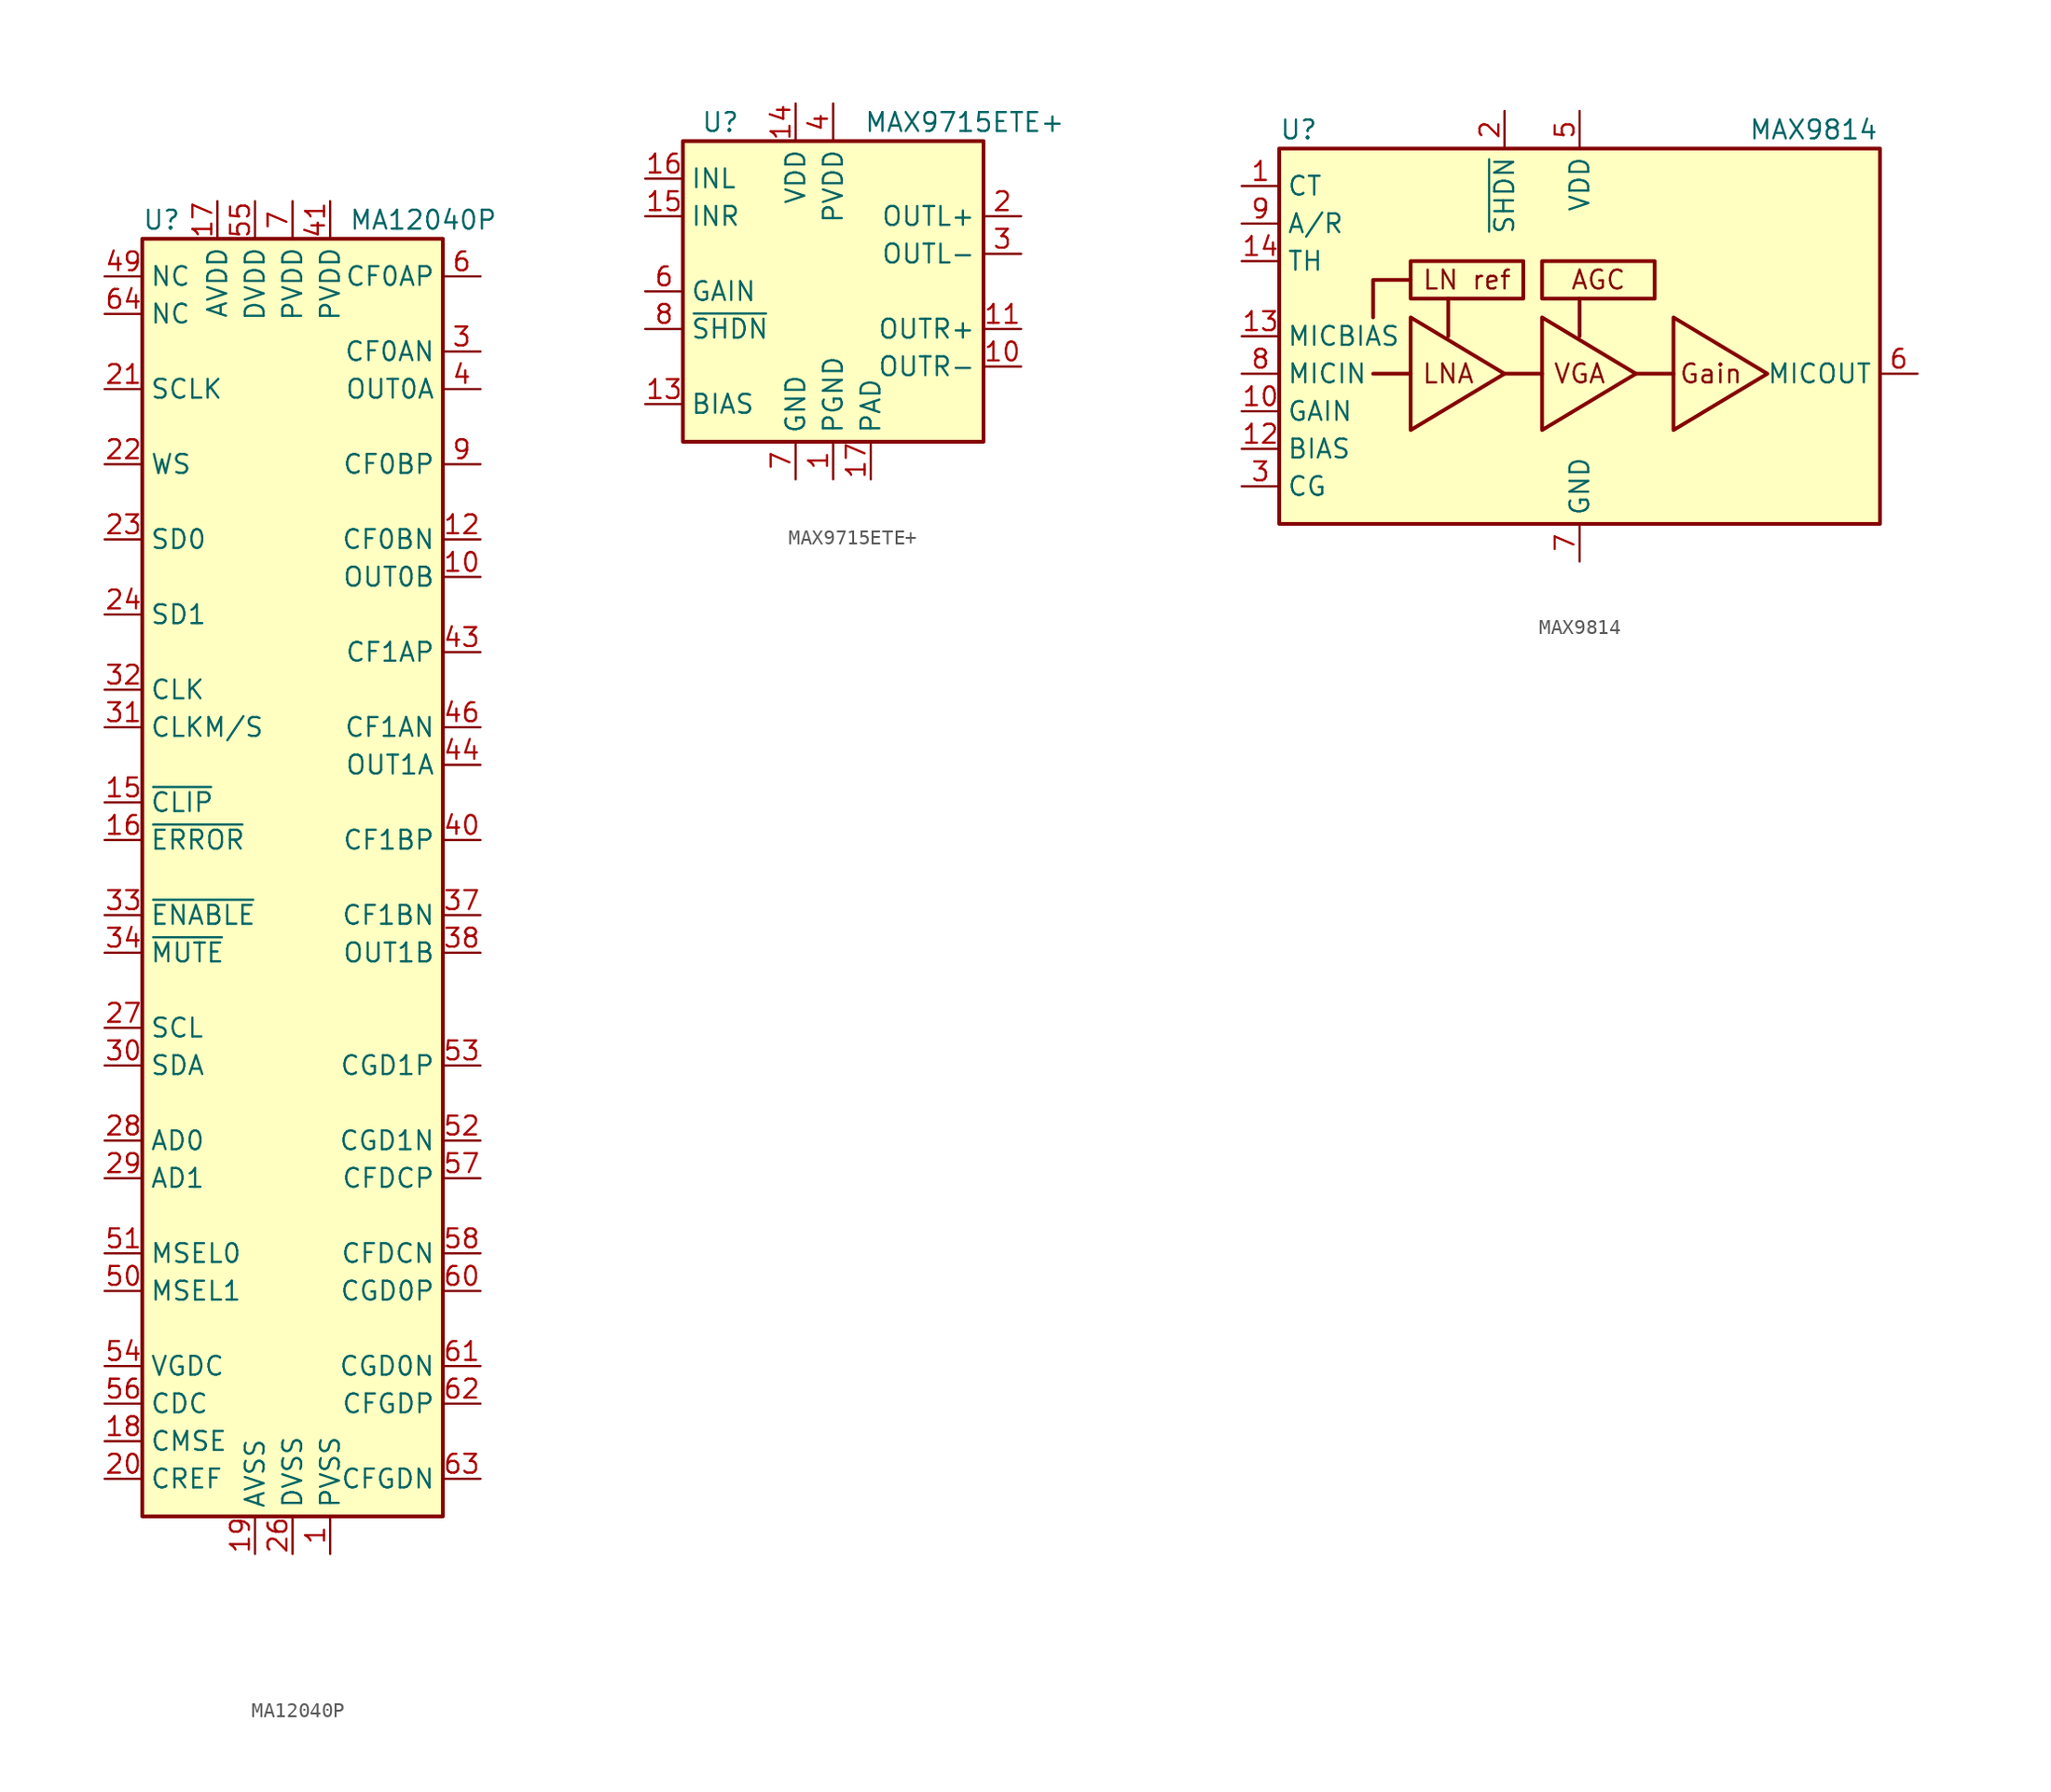
<source format=kicad_sym>
(kicad_symbol_lib
  (version 20200908)
  (generator kicad_symbol_editor)
  (symbol "Amplifier_Audio:MA12040P"
    (property "Reference" "U"
      (at -10.16 44.45 0)
      (effects (font (size 1.27 1.27)) (justify left)))
    (property "Value" "MA12040P"
      (at 3.81 44.45 0)
      (effects (font (size 1.27 1.27)) (justify left)))
    (symbol "MA12040P_0_1"
      (rectangle (start -10.16 -43.18) (end 10.16 43.18) (stroke (width 0.254)) (fill (type background))))
    (symbol "MA12040P_1_1"
      (pin power_in line (at 2.54 -45.72 90) (length 2.54) (name "PVSS" (effects (font (size 1.27 1.27)))) (number "1" (effects (font (size 1.27 1.27)))))
      (pin output line (at 12.7 20.32 180) (length 2.54) (name "OUT0B" (effects (font (size 1.27 1.27)))) (number "10" (effects (font (size 1.27 1.27)))))
      (pin passive line (at 12.7 20.32 180) (length 2.54) hide (name "OUT0B" (effects (font (size 1.27 1.27)))) (number "11" (effects (font (size 1.27 1.27)))))
      (pin passive line (at 12.7 22.86 180) (length 2.54) (name "CF0BN" (effects (font (size 1.27 1.27)))) (number "12" (effects (font (size 1.27 1.27)))))
      (pin passive line (at 2.54 -45.72 90) (length 2.54) hide (name "PVSS" (effects (font (size 1.27 1.27)))) (number "13" (effects (font (size 1.27 1.27)))))
      (pin passive line (at 2.54 -45.72 90) (length 2.54) hide (name "PVSS" (effects (font (size 1.27 1.27)))) (number "14" (effects (font (size 1.27 1.27)))))
      (pin output line (at -12.7 5.08 0) (length 2.54) (name "~CLIP" (effects (font (size 1.27 1.27)))) (number "15" (effects (font (size 1.27 1.27)))))
      (pin output line (at -12.7 2.54 0) (length 2.54) (name "~ERROR" (effects (font (size 1.27 1.27)))) (number "16" (effects (font (size 1.27 1.27)))))
      (pin power_in line (at -5.08 45.72 270) (length 2.54) (name "AVDD" (effects (font (size 1.27 1.27)))) (number "17" (effects (font (size 1.27 1.27)))))
      (pin passive line (at -12.7 -38.1 0) (length 2.54) (name "CMSE" (effects (font (size 1.27 1.27)))) (number "18" (effects (font (size 1.27 1.27)))))
      (pin power_in line (at -2.54 -45.72 90) (length 2.54) (name "AVSS" (effects (font (size 1.27 1.27)))) (number "19" (effects (font (size 1.27 1.27)))))
      (pin passive line (at 2.54 -45.72 90) (length 2.54) hide (name "PVSS" (effects (font (size 1.27 1.27)))) (number "2" (effects (font (size 1.27 1.27)))))
      (pin passive line (at -12.7 -40.64 0) (length 2.54) (name "CREF" (effects (font (size 1.27 1.27)))) (number "20" (effects (font (size 1.27 1.27)))))
      (pin input line (at -12.7 33.02 0) (length 2.54) (name "SCLK" (effects (font (size 1.27 1.27)))) (number "21" (effects (font (size 1.27 1.27)))))
      (pin input line (at -12.7 27.94 0) (length 2.54) (name "WS" (effects (font (size 1.27 1.27)))) (number "22" (effects (font (size 1.27 1.27)))))
      (pin input line (at -12.7 22.86 0) (length 2.54) (name "SD0" (effects (font (size 1.27 1.27)))) (number "23" (effects (font (size 1.27 1.27)))))
      (pin input line (at -12.7 17.78 0) (length 2.54) (name "SD1" (effects (font (size 1.27 1.27)))) (number "24" (effects (font (size 1.27 1.27)))))
      (pin passive line (at -2.54 -45.72 90) (length 2.54) hide (name "AVSS" (effects (font (size 1.27 1.27)))) (number "25" (effects (font (size 1.27 1.27)))))
      (pin power_in line (at 0 -45.72 90) (length 2.54) (name "DVSS" (effects (font (size 1.27 1.27)))) (number "26" (effects (font (size 1.27 1.27)))))
      (pin input line (at -12.7 -10.16 0) (length 2.54) (name "SCL" (effects (font (size 1.27 1.27)))) (number "27" (effects (font (size 1.27 1.27)))))
      (pin input line (at -12.7 -17.78 0) (length 2.54) (name "AD0" (effects (font (size 1.27 1.27)))) (number "28" (effects (font (size 1.27 1.27)))))
      (pin input line (at -12.7 -20.32 0) (length 2.54) (name "AD1" (effects (font (size 1.27 1.27)))) (number "29" (effects (font (size 1.27 1.27)))))
      (pin passive line (at 12.7 35.56 180) (length 2.54) (name "CF0AN" (effects (font (size 1.27 1.27)))) (number "3" (effects (font (size 1.27 1.27)))))
      (pin bidirectional line (at -12.7 -12.7 0) (length 2.54) (name "SDA" (effects (font (size 1.27 1.27)))) (number "30" (effects (font (size 1.27 1.27)))))
      (pin input line (at -12.7 10.16 0) (length 2.54) (name "CLKM/S" (effects (font (size 1.27 1.27)))) (number "31" (effects (font (size 1.27 1.27)))))
      (pin input line (at -12.7 12.7 0) (length 2.54) (name "CLK" (effects (font (size 1.27 1.27)))) (number "32" (effects (font (size 1.27 1.27)))))
      (pin input line (at -12.7 -2.54 0) (length 2.54) (name "~ENABLE" (effects (font (size 1.27 1.27)))) (number "33" (effects (font (size 1.27 1.27)))))
      (pin input line (at -12.7 -5.08 0) (length 2.54) (name "~MUTE" (effects (font (size 1.27 1.27)))) (number "34" (effects (font (size 1.27 1.27)))))
      (pin passive line (at 2.54 -45.72 90) (length 2.54) hide (name "PVSS" (effects (font (size 1.27 1.27)))) (number "35" (effects (font (size 1.27 1.27)))))
      (pin passive line (at 2.54 -45.72 90) (length 2.54) hide (name "PVSS" (effects (font (size 1.27 1.27)))) (number "36" (effects (font (size 1.27 1.27)))))
      (pin passive line (at 12.7 -2.54 180) (length 2.54) (name "CF1BN" (effects (font (size 1.27 1.27)))) (number "37" (effects (font (size 1.27 1.27)))))
      (pin output line (at 12.7 -5.08 180) (length 2.54) (name "OUT1B" (effects (font (size 1.27 1.27)))) (number "38" (effects (font (size 1.27 1.27)))))
      (pin passive line (at 12.7 -5.08 180) (length 2.54) hide (name "OUT1B" (effects (font (size 1.27 1.27)))) (number "39" (effects (font (size 1.27 1.27)))))
      (pin output line (at 12.7 33.02 180) (length 2.54) (name "OUT0A" (effects (font (size 1.27 1.27)))) (number "4" (effects (font (size 1.27 1.27)))))
      (pin passive line (at 12.7 2.54 180) (length 2.54) (name "CF1BP" (effects (font (size 1.27 1.27)))) (number "40" (effects (font (size 1.27 1.27)))))
      (pin power_in line (at 2.54 45.72 270) (length 2.54) (name "PVDD" (effects (font (size 1.27 1.27)))) (number "41" (effects (font (size 1.27 1.27)))))
      (pin passive line (at 2.54 45.72 270) (length 2.54) hide (name "PVDD" (effects (font (size 1.27 1.27)))) (number "42" (effects (font (size 1.27 1.27)))))
      (pin passive line (at 12.7 15.24 180) (length 2.54) (name "CF1AP" (effects (font (size 1.27 1.27)))) (number "43" (effects (font (size 1.27 1.27)))))
      (pin output line (at 12.7 7.62 180) (length 2.54) (name "OUT1A" (effects (font (size 1.27 1.27)))) (number "44" (effects (font (size 1.27 1.27)))))
      (pin passive line (at 12.7 7.62 180) (length 2.54) hide (name "OUT1A" (effects (font (size 1.27 1.27)))) (number "45" (effects (font (size 1.27 1.27)))))
      (pin passive line (at 12.7 10.16 180) (length 2.54) (name "CF1AN" (effects (font (size 1.27 1.27)))) (number "46" (effects (font (size 1.27 1.27)))))
      (pin passive line (at 2.54 -45.72 90) (length 2.54) hide (name "PVSS" (effects (font (size 1.27 1.27)))) (number "47" (effects (font (size 1.27 1.27)))))
      (pin passive line (at 2.54 -45.72 90) (length 2.54) hide (name "PVSS" (effects (font (size 1.27 1.27)))) (number "48" (effects (font (size 1.27 1.27)))))
      (pin passive line (at -12.7 40.64 0) (length 2.54) (name "NC" (effects (font (size 1.27 1.27)))) (number "49" (effects (font (size 1.27 1.27)))))
      (pin passive line (at 12.7 33.02 180) (length 2.54) hide (name "OUT0A" (effects (font (size 1.27 1.27)))) (number "5" (effects (font (size 1.27 1.27)))))
      (pin input line (at -12.7 -27.94 0) (length 2.54) (name "MSEL1" (effects (font (size 1.27 1.27)))) (number "50" (effects (font (size 1.27 1.27)))))
      (pin input line (at -12.7 -25.4 0) (length 2.54) (name "MSEL0" (effects (font (size 1.27 1.27)))) (number "51" (effects (font (size 1.27 1.27)))))
      (pin passive line (at 12.7 -17.78 180) (length 2.54) (name "CGD1N" (effects (font (size 1.27 1.27)))) (number "52" (effects (font (size 1.27 1.27)))))
      (pin passive line (at 12.7 -12.7 180) (length 2.54) (name "CGD1P" (effects (font (size 1.27 1.27)))) (number "53" (effects (font (size 1.27 1.27)))))
      (pin passive line (at -12.7 -33.02 0) (length 2.54) (name "VGDC" (effects (font (size 1.27 1.27)))) (number "54" (effects (font (size 1.27 1.27)))))
      (pin power_in line (at -2.54 45.72 270) (length 2.54) (name "DVDD" (effects (font (size 1.27 1.27)))) (number "55" (effects (font (size 1.27 1.27)))))
      (pin passive line (at -12.7 -35.56 0) (length 2.54) (name "CDC" (effects (font (size 1.27 1.27)))) (number "56" (effects (font (size 1.27 1.27)))))
      (pin passive line (at 12.7 -20.32 180) (length 2.54) (name "CFDCP" (effects (font (size 1.27 1.27)))) (number "57" (effects (font (size 1.27 1.27)))))
      (pin passive line (at 12.7 -25.4 180) (length 2.54) (name "CFDCN" (effects (font (size 1.27 1.27)))) (number "58" (effects (font (size 1.27 1.27)))))
      (pin passive line (at 0 -45.72 90) (length 2.54) hide (name "DVSS" (effects (font (size 1.27 1.27)))) (number "59" (effects (font (size 1.27 1.27)))))
      (pin passive line (at 12.7 40.64 180) (length 2.54) (name "CF0AP" (effects (font (size 1.27 1.27)))) (number "6" (effects (font (size 1.27 1.27)))))
      (pin passive line (at 12.7 -27.94 180) (length 2.54) (name "CGD0P" (effects (font (size 1.27 1.27)))) (number "60" (effects (font (size 1.27 1.27)))))
      (pin passive line (at 12.7 -33.02 180) (length 2.54) (name "CGD0N" (effects (font (size 1.27 1.27)))) (number "61" (effects (font (size 1.27 1.27)))))
      (pin passive line (at 12.7 -35.56 180) (length 2.54) (name "CFGDP" (effects (font (size 1.27 1.27)))) (number "62" (effects (font (size 1.27 1.27)))))
      (pin passive line (at 12.7 -40.64 180) (length 2.54) (name "CFGDN" (effects (font (size 1.27 1.27)))) (number "63" (effects (font (size 1.27 1.27)))))
      (pin passive line (at -12.7 38.1 0) (length 2.54) (name "NC" (effects (font (size 1.27 1.27)))) (number "64" (effects (font (size 1.27 1.27)))))
      (pin power_in line (at 0 45.72 270) (length 2.54) (name "PVDD" (effects (font (size 1.27 1.27)))) (number "7" (effects (font (size 1.27 1.27)))))
      (pin passive line (at 0 45.72 270) (length 2.54) hide (name "PVDD" (effects (font (size 1.27 1.27)))) (number "8" (effects (font (size 1.27 1.27)))))
      (pin passive line (at 12.7 27.94 180) (length 2.54) (name "CF0BP" (effects (font (size 1.27 1.27)))) (number "9" (effects (font (size 1.27 1.27)))))))
  (symbol "Amplifier_Audio:MAX9715ETE+"
    (property "Reference" "U"
      (at -7.62 11.43 0)
      (effects (font (size 1.27 1.27))))
    (property "Value" "MAX9715ETE+"
      (at 8.89 11.43 0)
      (effects (font (size 1.27 1.27))))
    (symbol "MAX9715ETE+_0_1"
      (rectangle (start -10.16 10.16) (end 10.16 -10.16) (stroke (width 0.254)) (fill (type background))))
    (symbol "MAX9715ETE+_1_1"
      (pin power_in line (at 0 -12.7 90) (length 2.54) (name "PGND" (effects (font (size 1.27 1.27)))) (number "1" (effects (font (size 1.27 1.27)))))
      (pin output line (at 12.7 -5.08 180) (length 2.54) (name "OUTR-" (effects (font (size 1.27 1.27)))) (number "10" (effects (font (size 1.27 1.27)))))
      (pin output line (at 12.7 -2.54 180) (length 2.54) (name "OUTR+" (effects (font (size 1.27 1.27)))) (number "11" (effects (font (size 1.27 1.27)))))
      (pin passive line (at 0 -12.7 90) (length 2.54) hide (name "PGND" (effects (font (size 1.27 1.27)))) (number "12" (effects (font (size 1.27 1.27)))))
      (pin passive line (at -12.7 -7.62 0) (length 2.54) (name "BIAS" (effects (font (size 1.27 1.27)))) (number "13" (effects (font (size 1.27 1.27)))))
      (pin power_in line (at -2.54 12.7 270) (length 2.54) (name "VDD" (effects (font (size 1.27 1.27)))) (number "14" (effects (font (size 1.27 1.27)))))
      (pin input line (at -12.7 5.08 0) (length 2.54) (name "INR" (effects (font (size 1.27 1.27)))) (number "15" (effects (font (size 1.27 1.27)))))
      (pin input line (at -12.7 7.62 0) (length 2.54) (name "INL" (effects (font (size 1.27 1.27)))) (number "16" (effects (font (size 1.27 1.27)))))
      (pin passive line (at 2.54 -12.7 90) (length 2.54) (name "PAD" (effects (font (size 1.27 1.27)))) (number "17" (effects (font (size 1.27 1.27)))))
      (pin output line (at 12.7 5.08 180) (length 2.54) (name "OUTL+" (effects (font (size 1.27 1.27)))) (number "2" (effects (font (size 1.27 1.27)))))
      (pin output line (at 12.7 2.54 180) (length 2.54) (name "OUTL-" (effects (font (size 1.27 1.27)))) (number "3" (effects (font (size 1.27 1.27)))))
      (pin power_in line (at 0 12.7 270) (length 2.54) (name "PVDD" (effects (font (size 1.27 1.27)))) (number "4" (effects (font (size 1.27 1.27)))))
      (pin unconnected line (at 12.7 0 180) (length 2.54) hide (name "NC" (effects (font (size 1.27 1.27)))) (number "5" (effects (font (size 1.27 1.27)))))
      (pin input line (at -12.7 0 0) (length 2.54) (name "GAIN" (effects (font (size 1.27 1.27)))) (number "6" (effects (font (size 1.27 1.27)))))
      (pin power_in line (at -2.54 -12.7 90) (length 2.54) (name "GND" (effects (font (size 1.27 1.27)))) (number "7" (effects (font (size 1.27 1.27)))))
      (pin input line (at -12.7 -2.54 0) (length 2.54) (name "~SHDN" (effects (font (size 1.27 1.27)))) (number "8" (effects (font (size 1.27 1.27)))))
      (pin passive line (at 0 12.7 270) (length 2.54) hide (name "PVDD" (effects (font (size 1.27 1.27)))) (number "9" (effects (font (size 1.27 1.27)))))))
  (symbol "Amplifier_Audio:MAX9814"
    (property "Reference" "U"
      (at -20.32 13.97 0)
      (effects (font (size 1.27 1.27)) (justify left)))
    (property "Value" "MAX9814"
      (at 11.43 13.97 0)
      (effects (font (size 1.27 1.27)) (justify left)))
    (symbol "MAX9814_0_0"
      (text "AGC" (at 1.27 3.81 0) (effects (font (size 1.27 1.27))))
      (text "Gain" (at 8.89 -2.54 0) (effects (font (size 1.27 1.27))))
      (text "LN ref" (at -7.62 3.81 0) (effects (font (size 1.27 1.27))))
      (text "LNA" (at -8.89 -2.54 0) (effects (font (size 1.27 1.27))))
      (text "VGA" (at 0 -2.54 0) (effects (font (size 1.27 1.27))))
      (rectangle (start -11.43 5.08) (end -3.81 2.54) (stroke (width 0.254)) (fill (type none)))
      (rectangle (start -2.54 5.08) (end 5.08 2.54) (stroke (width 0.254)) (fill (type none)))
      (polyline (pts (xy -11.43 -2.54) (xy -13.97 -2.54)) (stroke (width 0.254)) (fill (type none)))
      (polyline (pts (xy -8.89 2.54) (xy -8.89 0)) (stroke (width 0.254)) (fill (type none)))
      (polyline (pts (xy -2.54 -2.54) (xy -5.08 -2.54)) (stroke (width 0.254)) (fill (type none)))
      (polyline (pts (xy 0 2.54) (xy 0 0)) (stroke (width 0.254)) (fill (type none)))
      (polyline (pts (xy 3.81 -2.54) (xy 6.35 -2.54)) (stroke (width 0.254)) (fill (type none)))
      (polyline (pts (xy -11.43 3.81) (xy -13.97 3.81) (xy -13.97 1.27)) (stroke (width 0.254)) (fill (type none)))
      (polyline (pts (xy -5.08 -2.54) (xy -11.43 1.27) (xy -11.43 -6.35) (xy -5.08 -2.54)) (stroke (width 0.254)) (fill (type none)))
      (polyline (pts (xy 3.81 -2.54) (xy -2.54 1.27) (xy -2.54 -6.35) (xy 3.81 -2.54)) (stroke (width 0.254)) (fill (type none)))
      (polyline (pts (xy 12.7 -2.54) (xy 6.35 1.27) (xy 6.35 -6.35) (xy 12.7 -2.54)) (stroke (width 0.254)) (fill (type none))))
    (symbol "MAX9814_0_1"
      (rectangle (start -20.32 12.7) (end 20.32 -12.7) (stroke (width 0.254)) (fill (type background))))
    (symbol "MAX9814_1_1"
      (pin input line (at -22.86 10.16 0) (length 2.54) (name "CT" (effects (font (size 1.27 1.27)))) (number "1" (effects (font (size 1.27 1.27)))))
      (pin input line (at -22.86 -5.08 0) (length 2.54) (name "GAIN" (effects (font (size 1.27 1.27)))) (number "10" (effects (font (size 1.27 1.27)))))
      (pin passive line (at 0 -15.24 90) (length 2.54) hide (name "GND" (effects (font (size 1.27 1.27)))) (number "11" (effects (font (size 1.27 1.27)))))
      (pin passive line (at -22.86 -7.62 0) (length 2.54) (name "BIAS" (effects (font (size 1.27 1.27)))) (number "12" (effects (font (size 1.27 1.27)))))
      (pin output line (at -22.86 0 0) (length 2.54) (name "MICBIAS" (effects (font (size 1.27 1.27)))) (number "13" (effects (font (size 1.27 1.27)))))
      (pin input line (at -22.86 5.08 0) (length 2.54) (name "TH" (effects (font (size 1.27 1.27)))) (number "14" (effects (font (size 1.27 1.27)))))
      (pin passive line (at 0 -15.24 90) (length 2.54) hide (name "GND" (effects (font (size 1.27 1.27)))) (number "15" (effects (font (size 1.27 1.27)))))
      (pin input line (at -5.08 15.24 270) (length 2.54) (name "~SHDN" (effects (font (size 1.27 1.27)))) (number "2" (effects (font (size 1.27 1.27)))))
      (pin passive line (at -22.86 -10.16 0) (length 2.54) (name "CG" (effects (font (size 1.27 1.27)))) (number "3" (effects (font (size 1.27 1.27)))))
      (pin passive line (at 0 -15.24 90) (length 2.54) hide (name "GND" (effects (font (size 1.27 1.27)))) (number "4" (effects (font (size 1.27 1.27)))))
      (pin power_in line (at 0 15.24 270) (length 2.54) (name "VDD" (effects (font (size 1.27 1.27)))) (number "5" (effects (font (size 1.27 1.27)))))
      (pin output line (at 22.86 -2.54 180) (length 2.54) (name "MICOUT" (effects (font (size 1.27 1.27)))) (number "6" (effects (font (size 1.27 1.27)))))
      (pin power_in line (at 0 -15.24 90) (length 2.54) (name "GND" (effects (font (size 1.27 1.27)))) (number "7" (effects (font (size 1.27 1.27)))))
      (pin input line (at -22.86 -2.54 0) (length 2.54) (name "MICIN" (effects (font (size 1.27 1.27)))) (number "8" (effects (font (size 1.27 1.27)))))
      (pin input line (at -22.86 7.62 0) (length 2.54) (name "A/R" (effects (font (size 1.27 1.27)))) (number "9" (effects (font (size 1.27 1.27))))))))
</source>
